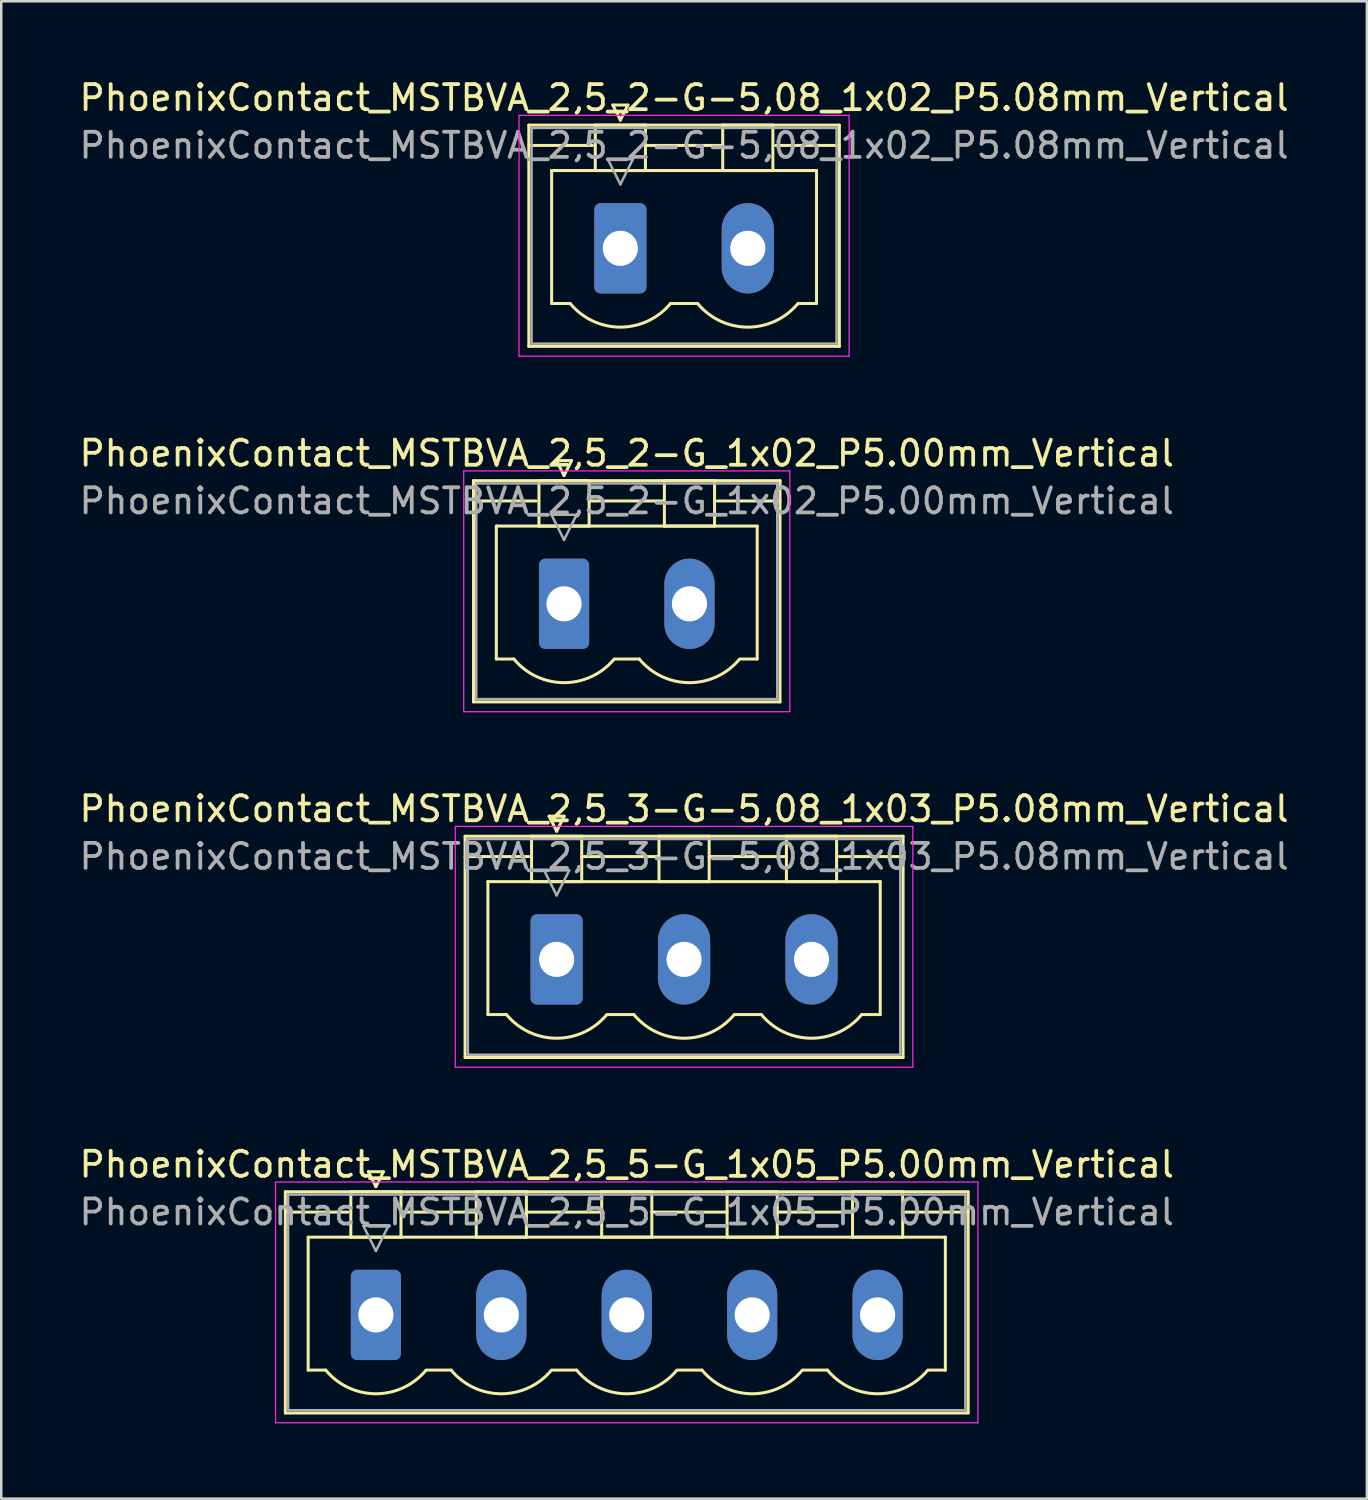
<source format=kicad_pcb>
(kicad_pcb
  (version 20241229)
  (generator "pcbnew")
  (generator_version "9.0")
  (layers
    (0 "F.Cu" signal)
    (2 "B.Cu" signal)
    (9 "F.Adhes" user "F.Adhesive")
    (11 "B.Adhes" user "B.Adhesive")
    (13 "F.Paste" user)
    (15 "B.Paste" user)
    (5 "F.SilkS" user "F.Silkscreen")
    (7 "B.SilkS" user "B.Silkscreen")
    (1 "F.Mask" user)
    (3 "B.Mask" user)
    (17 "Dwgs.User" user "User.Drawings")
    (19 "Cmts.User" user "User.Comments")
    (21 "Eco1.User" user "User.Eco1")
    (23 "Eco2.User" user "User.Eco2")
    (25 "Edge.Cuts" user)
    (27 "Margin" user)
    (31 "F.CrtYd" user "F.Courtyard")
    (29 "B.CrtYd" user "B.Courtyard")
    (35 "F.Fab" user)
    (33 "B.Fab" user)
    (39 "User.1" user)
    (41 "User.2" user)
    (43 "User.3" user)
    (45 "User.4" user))
  (footprint "PhoenixContact_MSTBVA_2,5_3-G-5,08_1x03_P5.08mm_Vertical"
    (layer "F.Cu")
    (at 19.14 35.195)
    (property "Reference" "PhoenixContact_MSTBVA_2,5_3-G-5,08_1x03_P5.08mm_Vertical" (at 5.08 -6 0) (layer "F.SilkS") (effects (font (size 1 1) (thickness 0.15))))
    (attr through_hole)
    (fp_line (start -3.65 -4.91) (end -3.65 3.91) (stroke (width 0.12) (type solid)) (layer "F.SilkS"))
    (fp_line (start -3.65 -4.1) (end -1.11 -4.1) (stroke (width 0.12) (type solid)) (layer "F.SilkS"))
    (fp_line (start -3.65 3.91) (end 13.81 3.91) (stroke (width 0.12) (type solid)) (layer "F.SilkS"))
    (fp_line (start -2.74 -3.1) (end 12.9 -3.1) (stroke (width 0.12) (type solid)) (layer "F.SilkS"))
    (fp_line (start -2.74 2.2) (end -2.74 -3.1) (stroke (width 0.12) (type solid)) (layer "F.SilkS"))
    (fp_line (start -2 2.2) (end -2.74 2.2) (stroke (width 0.12) (type solid)) (layer "F.SilkS"))
    (fp_line (start -1 -4.91) (end 1 -4.91) (stroke (width 0.12) (type solid)) (layer "F.SilkS"))
    (fp_line (start -1 -3.1) (end -1 -4.91) (stroke (width 0.12) (type solid)) (layer "F.SilkS"))
    (fp_line (start -0.3 -5.71) (end 0.3 -5.71) (stroke (width 0.12) (type solid)) (layer "F.SilkS"))
    (fp_line (start 0 -5.11) (end -0.3 -5.71) (stroke (width 0.12) (type solid)) (layer "F.SilkS"))
    (fp_line (start 0.3 -5.71) (end 0 -5.11) (stroke (width 0.12) (type solid)) (layer "F.SilkS"))
    (fp_line (start 1 -4.91) (end 1 -3.1) (stroke (width 0.12) (type solid)) (layer "F.SilkS"))
    (fp_line (start 1 -4.1) (end 4.08 -4.1) (stroke (width 0.12) (type solid)) (layer "F.SilkS"))
    (fp_line (start 1 -3.1) (end -1 -3.1) (stroke (width 0.12) (type solid)) (layer "F.SilkS"))
    (fp_line (start 2 2.2) (end 3.08 2.2) (stroke (width 0.12) (type solid)) (layer "F.SilkS"))
    (fp_line (start 4.08 -4.91) (end 6.08 -4.91) (stroke (width 0.12) (type solid)) (layer "F.SilkS"))
    (fp_line (start 4.08 -3.1) (end 4.08 -4.91) (stroke (width 0.12) (type solid)) (layer "F.SilkS"))
    (fp_line (start 6.08 -4.91) (end 6.08 -3.1) (stroke (width 0.12) (type solid)) (layer "F.SilkS"))
    (fp_line (start 6.08 -4.1) (end 9.16 -4.1) (stroke (width 0.12) (type solid)) (layer "F.SilkS"))
    (fp_line (start 6.08 -3.1) (end 4.08 -3.1) (stroke (width 0.12) (type solid)) (layer "F.SilkS"))
    (fp_line (start 7.08 2.2) (end 8.16 2.2) (stroke (width 0.12) (type solid)) (layer "F.SilkS"))
    (fp_line (start 9.16 -4.91) (end 11.16 -4.91) (stroke (width 0.12) (type solid)) (layer "F.SilkS"))
    (fp_line (start 9.16 -3.1) (end 9.16 -4.91) (stroke (width 0.12) (type solid)) (layer "F.SilkS"))
    (fp_line (start 11.16 -4.91) (end 11.16 -3.1) (stroke (width 0.12) (type solid)) (layer "F.SilkS"))
    (fp_line (start 11.16 -3.1) (end 9.16 -3.1) (stroke (width 0.12) (type solid)) (layer "F.SilkS"))
    (fp_line (start 12.9 -3.1) (end 12.9 2.2) (stroke (width 0.12) (type solid)) (layer "F.SilkS"))
    (fp_line (start 12.9 2.2) (end 12.16 2.2) (stroke (width 0.12) (type solid)) (layer "F.SilkS"))
    (fp_line (start 13.81 -4.91) (end -3.65 -4.91) (stroke (width 0.12) (type solid)) (layer "F.SilkS"))
    (fp_line (start 13.81 -4.1) (end 11.27 -4.1) (stroke (width 0.12) (type solid)) (layer "F.SilkS"))
    (fp_line (start 13.81 3.91) (end 13.81 -4.91) (stroke (width 0.12) (type solid)) (layer "F.SilkS"))
    (fp_arc (start 1.986842 2.215821) (mid -0.010289 3.142758) (end -2 2.2) (stroke (width 0.12) (type solid)) (layer "F.SilkS"))
    (fp_arc (start 7.066842 2.215821) (mid 5.069711 3.142758) (end 3.08 2.2) (stroke (width 0.12) (type solid)) (layer "F.SilkS"))
    (fp_arc (start 12.146842 2.215821) (mid 10.149711 3.142758) (end 8.16 2.2) (stroke (width 0.12) (type solid)) (layer "F.SilkS"))
    (fp_line (start -4.04 -5.3) (end -4.04 4.3) (stroke (width 0.05) (type solid)) (layer "F.CrtYd"))
    (fp_line (start -4.04 4.3) (end 14.2 4.3) (stroke (width 0.05) (type solid)) (layer "F.CrtYd"))
    (fp_line (start 14.2 -5.3) (end -4.04 -5.3) (stroke (width 0.05) (type solid)) (layer "F.CrtYd"))
    (fp_line (start 14.2 4.3) (end 14.2 -5.3) (stroke (width 0.05) (type solid)) (layer "F.CrtYd"))
    (fp_line (start -3.54 -4.8) (end -3.54 3.8) (stroke (width 0.1) (type solid)) (layer "F.Fab"))
    (fp_line (start -3.54 3.8) (end 13.7 3.8) (stroke (width 0.1) (type solid)) (layer "F.Fab"))
    (fp_line (start -0.5 -3.55) (end 0.5 -3.55) (stroke (width 0.1) (type solid)) (layer "F.Fab"))
    (fp_line (start 0 -2.55) (end -0.5 -3.55) (stroke (width 0.1) (type solid)) (layer "F.Fab"))
    (fp_line (start 0.5 -3.55) (end 0 -2.55) (stroke (width 0.1) (type solid)) (layer "F.Fab"))
    (fp_line (start 13.7 -4.8) (end -3.54 -4.8) (stroke (width 0.1) (type solid)) (layer "F.Fab"))
    (fp_line (start 13.7 3.8) (end 13.7 -4.8) (stroke (width 0.1) (type solid)) (layer "F.Fab"))
    (fp_text user "${REFERENCE}" (at 5.08 -4.1 0) (layer "F.Fab") (effects (font (size 1 1) (thickness 0.15))))
    (pad "1" thru_hole roundrect (at 0 0) (size 2.08 3.6) (drill 1.4) (layers "*.Cu" "*.Mask") (roundrect_rratio 0.12))
    (pad "2" thru_hole oval (at 5.08 0) (size 2.08 3.6) (drill 1.4) (layers "*.Cu" "*.Mask"))
    (pad "3" thru_hole oval (at 10.16 0) (size 2.08 3.6) (drill 1.4) (layers "*.Cu" "*.Mask")))
  (footprint "PhoenixContact_MSTBVA_2,5_5-G_1x05_P5.00mm_Vertical"
    (layer "F.Cu")
    (at 11.935 49.368)
    (property "Reference" "PhoenixContact_MSTBVA_2,5_5-G_1x05_P5.00mm_Vertical" (at 10 -6 0) (layer "F.SilkS") (effects (font (size 1 1) (thickness 0.15))))
    (attr through_hole)
    (fp_line (start -3.61 -4.91) (end -3.61 3.91) (stroke (width 0.12) (type solid)) (layer "F.SilkS"))
    (fp_line (start -3.61 -4.1) (end -1.11 -4.1) (stroke (width 0.12) (type solid)) (layer "F.SilkS"))
    (fp_line (start -3.61 3.91) (end 23.61 3.91) (stroke (width 0.12) (type solid)) (layer "F.SilkS"))
    (fp_line (start -2.7 -3.1) (end 22.7 -3.1) (stroke (width 0.12) (type solid)) (layer "F.SilkS"))
    (fp_line (start -2.7 2.2) (end -2.7 -3.1) (stroke (width 0.12) (type solid)) (layer "F.SilkS"))
    (fp_line (start -2 2.2) (end -2.7 2.2) (stroke (width 0.12) (type solid)) (layer "F.SilkS"))
    (fp_line (start -1 -4.91) (end 1 -4.91) (stroke (width 0.12) (type solid)) (layer "F.SilkS"))
    (fp_line (start -1 -3.1) (end -1 -4.91) (stroke (width 0.12) (type solid)) (layer "F.SilkS"))
    (fp_line (start -0.3 -5.71) (end 0.3 -5.71) (stroke (width 0.12) (type solid)) (layer "F.SilkS"))
    (fp_line (start 0 -5.11) (end -0.3 -5.71) (stroke (width 0.12) (type solid)) (layer "F.SilkS"))
    (fp_line (start 0.3 -5.71) (end 0 -5.11) (stroke (width 0.12) (type solid)) (layer "F.SilkS"))
    (fp_line (start 1 -4.91) (end 1 -3.1) (stroke (width 0.12) (type solid)) (layer "F.SilkS"))
    (fp_line (start 1 -4.1) (end 4 -4.1) (stroke (width 0.12) (type solid)) (layer "F.SilkS"))
    (fp_line (start 1 -3.1) (end -1 -3.1) (stroke (width 0.12) (type solid)) (layer "F.SilkS"))
    (fp_line (start 2 2.2) (end 3 2.2) (stroke (width 0.12) (type solid)) (layer "F.SilkS"))
    (fp_line (start 4 -4.91) (end 6 -4.91) (stroke (width 0.12) (type solid)) (layer "F.SilkS"))
    (fp_line (start 4 -3.1) (end 4 -4.91) (stroke (width 0.12) (type solid)) (layer "F.SilkS"))
    (fp_line (start 6 -4.91) (end 6 -3.1) (stroke (width 0.12) (type solid)) (layer "F.SilkS"))
    (fp_line (start 6 -4.1) (end 9 -4.1) (stroke (width 0.12) (type solid)) (layer "F.SilkS"))
    (fp_line (start 6 -3.1) (end 4 -3.1) (stroke (width 0.12) (type solid)) (layer "F.SilkS"))
    (fp_line (start 7 2.2) (end 8 2.2) (stroke (width 0.12) (type solid)) (layer "F.SilkS"))
    (fp_line (start 9 -4.91) (end 11 -4.91) (stroke (width 0.12) (type solid)) (layer "F.SilkS"))
    (fp_line (start 9 -3.1) (end 9 -4.91) (stroke (width 0.12) (type solid)) (layer "F.SilkS"))
    (fp_line (start 11 -4.91) (end 11 -3.1) (stroke (width 0.12) (type solid)) (layer "F.SilkS"))
    (fp_line (start 11 -4.1) (end 14 -4.1) (stroke (width 0.12) (type solid)) (layer "F.SilkS"))
    (fp_line (start 11 -3.1) (end 9 -3.1) (stroke (width 0.12) (type solid)) (layer "F.SilkS"))
    (fp_line (start 12 2.2) (end 13 2.2) (stroke (width 0.12) (type solid)) (layer "F.SilkS"))
    (fp_line (start 14 -4.91) (end 16 -4.91) (stroke (width 0.12) (type solid)) (layer "F.SilkS"))
    (fp_line (start 14 -3.1) (end 14 -4.91) (stroke (width 0.12) (type solid)) (layer "F.SilkS"))
    (fp_line (start 16 -4.91) (end 16 -3.1) (stroke (width 0.12) (type solid)) (layer "F.SilkS"))
    (fp_line (start 16 -4.1) (end 19 -4.1) (stroke (width 0.12) (type solid)) (layer "F.SilkS"))
    (fp_line (start 16 -3.1) (end 14 -3.1) (stroke (width 0.12) (type solid)) (layer "F.SilkS"))
    (fp_line (start 17 2.2) (end 18 2.2) (stroke (width 0.12) (type solid)) (layer "F.SilkS"))
    (fp_line (start 19 -4.91) (end 21 -4.91) (stroke (width 0.12) (type solid)) (layer "F.SilkS"))
    (fp_line (start 19 -3.1) (end 19 -4.91) (stroke (width 0.12) (type solid)) (layer "F.SilkS"))
    (fp_line (start 21 -4.91) (end 21 -3.1) (stroke (width 0.12) (type solid)) (layer "F.SilkS"))
    (fp_line (start 21 -3.1) (end 19 -3.1) (stroke (width 0.12) (type solid)) (layer "F.SilkS"))
    (fp_line (start 22.7 -3.1) (end 22.7 2.2) (stroke (width 0.12) (type solid)) (layer "F.SilkS"))
    (fp_line (start 22.7 2.2) (end 22 2.2) (stroke (width 0.12) (type solid)) (layer "F.SilkS"))
    (fp_line (start 23.61 -4.91) (end -3.61 -4.91) (stroke (width 0.12) (type solid)) (layer "F.SilkS"))
    (fp_line (start 23.61 -4.1) (end 21.11 -4.1) (stroke (width 0.12) (type solid)) (layer "F.SilkS"))
    (fp_line (start 23.61 3.91) (end 23.61 -4.91) (stroke (width 0.12) (type solid)) (layer "F.SilkS"))
    (fp_arc (start 1.986842 2.215821) (mid -0.010289 3.142758) (end -2 2.2) (stroke (width 0.12) (type solid)) (layer "F.SilkS"))
    (fp_arc (start 6.986842 2.215821) (mid 4.989711 3.142758) (end 3 2.2) (stroke (width 0.12) (type solid)) (layer "F.SilkS"))
    (fp_arc (start 11.986842 2.215821) (mid 9.989711 3.142758) (end 8 2.2) (stroke (width 0.12) (type solid)) (layer "F.SilkS"))
    (fp_arc (start 16.986842 2.215821) (mid 14.989711 3.142758) (end 13 2.2) (stroke (width 0.12) (type solid)) (layer "F.SilkS"))
    (fp_arc (start 21.986842 2.215821) (mid 19.989711 3.142758) (end 18 2.2) (stroke (width 0.12) (type solid)) (layer "F.SilkS"))
    (fp_line (start -4 -5.3) (end -4 4.3) (stroke (width 0.05) (type solid)) (layer "F.CrtYd"))
    (fp_line (start -4 4.3) (end 24 4.3) (stroke (width 0.05) (type solid)) (layer "F.CrtYd"))
    (fp_line (start 24 -5.3) (end -4 -5.3) (stroke (width 0.05) (type solid)) (layer "F.CrtYd"))
    (fp_line (start 24 4.3) (end 24 -5.3) (stroke (width 0.05) (type solid)) (layer "F.CrtYd"))
    (fp_line (start -3.5 -4.8) (end -3.5 3.8) (stroke (width 0.1) (type solid)) (layer "F.Fab"))
    (fp_line (start -3.5 3.8) (end 23.5 3.8) (stroke (width 0.1) (type solid)) (layer "F.Fab"))
    (fp_line (start -0.5 -3.55) (end 0.5 -3.55) (stroke (width 0.1) (type solid)) (layer "F.Fab"))
    (fp_line (start 0 -2.55) (end -0.5 -3.55) (stroke (width 0.1) (type solid)) (layer "F.Fab"))
    (fp_line (start 0.5 -3.55) (end 0 -2.55) (stroke (width 0.1) (type solid)) (layer "F.Fab"))
    (fp_line (start 23.5 -4.8) (end -3.5 -4.8) (stroke (width 0.1) (type solid)) (layer "F.Fab"))
    (fp_line (start 23.5 3.8) (end 23.5 -4.8) (stroke (width 0.1) (type solid)) (layer "F.Fab"))
    (fp_text user "${REFERENCE}" (at 10 -4.1 0) (layer "F.Fab") (effects (font (size 1 1) (thickness 0.15))))
    (pad "1" thru_hole roundrect (at 0 0) (size 2 3.6) (drill 1.4) (layers "*.Cu" "*.Mask") (roundrect_rratio 0.125))
    (pad "2" thru_hole oval (at 5 0) (size 2 3.6) (drill 1.4) (layers "*.Cu" "*.Mask"))
    (pad "3" thru_hole oval (at 10 0) (size 2 3.6) (drill 1.4) (layers "*.Cu" "*.Mask"))
    (pad "4" thru_hole oval (at 15 0) (size 2 3.6) (drill 1.4) (layers "*.Cu" "*.Mask"))
    (pad "5" thru_hole oval (at 20 0) (size 2 3.6) (drill 1.4) (layers "*.Cu" "*.Mask")))
  (footprint "PhoenixContact_MSTBVA_2,5_2-G-5,08_1x02_P5.08mm_Vertical"
    (layer "F.Cu")
    (at 21.68 6.848)
    (property "Reference" "PhoenixContact_MSTBVA_2,5_2-G-5,08_1x02_P5.08mm_Vertical" (at 2.54 -6 0) (layer "F.SilkS") (effects (font (size 1 1) (thickness 0.15))))
    (attr through_hole)
    (fp_line (start -3.65 -4.91) (end -3.65 3.91) (stroke (width 0.12) (type solid)) (layer "F.SilkS"))
    (fp_line (start -3.65 -4.1) (end -1.11 -4.1) (stroke (width 0.12) (type solid)) (layer "F.SilkS"))
    (fp_line (start -3.65 3.91) (end 8.73 3.91) (stroke (width 0.12) (type solid)) (layer "F.SilkS"))
    (fp_line (start -2.74 -3.1) (end 7.82 -3.1) (stroke (width 0.12) (type solid)) (layer "F.SilkS"))
    (fp_line (start -2.74 2.2) (end -2.74 -3.1) (stroke (width 0.12) (type solid)) (layer "F.SilkS"))
    (fp_line (start -2 2.2) (end -2.74 2.2) (stroke (width 0.12) (type solid)) (layer "F.SilkS"))
    (fp_line (start -1 -4.91) (end 1 -4.91) (stroke (width 0.12) (type solid)) (layer "F.SilkS"))
    (fp_line (start -1 -3.1) (end -1 -4.91) (stroke (width 0.12) (type solid)) (layer "F.SilkS"))
    (fp_line (start -0.3 -5.71) (end 0.3 -5.71) (stroke (width 0.12) (type solid)) (layer "F.SilkS"))
    (fp_line (start 0 -5.11) (end -0.3 -5.71) (stroke (width 0.12) (type solid)) (layer "F.SilkS"))
    (fp_line (start 0.3 -5.71) (end 0 -5.11) (stroke (width 0.12) (type solid)) (layer "F.SilkS"))
    (fp_line (start 1 -4.91) (end 1 -3.1) (stroke (width 0.12) (type solid)) (layer "F.SilkS"))
    (fp_line (start 1 -4.1) (end 4.08 -4.1) (stroke (width 0.12) (type solid)) (layer "F.SilkS"))
    (fp_line (start 1 -3.1) (end -1 -3.1) (stroke (width 0.12) (type solid)) (layer "F.SilkS"))
    (fp_line (start 2 2.2) (end 3.08 2.2) (stroke (width 0.12) (type solid)) (layer "F.SilkS"))
    (fp_line (start 4.08 -4.91) (end 6.08 -4.91) (stroke (width 0.12) (type solid)) (layer "F.SilkS"))
    (fp_line (start 4.08 -3.1) (end 4.08 -4.91) (stroke (width 0.12) (type solid)) (layer "F.SilkS"))
    (fp_line (start 6.08 -4.91) (end 6.08 -3.1) (stroke (width 0.12) (type solid)) (layer "F.SilkS"))
    (fp_line (start 6.08 -3.1) (end 4.08 -3.1) (stroke (width 0.12) (type solid)) (layer "F.SilkS"))
    (fp_line (start 7.82 -3.1) (end 7.82 2.2) (stroke (width 0.12) (type solid)) (layer "F.SilkS"))
    (fp_line (start 7.82 2.2) (end 7.08 2.2) (stroke (width 0.12) (type solid)) (layer "F.SilkS"))
    (fp_line (start 8.73 -4.91) (end -3.65 -4.91) (stroke (width 0.12) (type solid)) (layer "F.SilkS"))
    (fp_line (start 8.73 -4.1) (end 6.19 -4.1) (stroke (width 0.12) (type solid)) (layer "F.SilkS"))
    (fp_line (start 8.73 3.91) (end 8.73 -4.91) (stroke (width 0.12) (type solid)) (layer "F.SilkS"))
    (fp_arc (start 1.986842 2.215821) (mid -0.010289 3.142758) (end -2 2.2) (stroke (width 0.12) (type solid)) (layer "F.SilkS"))
    (fp_arc (start 7.066842 2.215821) (mid 5.069711 3.142758) (end 3.08 2.2) (stroke (width 0.12) (type solid)) (layer "F.SilkS"))
    (fp_line (start -4.04 -5.3) (end -4.04 4.3) (stroke (width 0.05) (type solid)) (layer "F.CrtYd"))
    (fp_line (start -4.04 4.3) (end 9.12 4.3) (stroke (width 0.05) (type solid)) (layer "F.CrtYd"))
    (fp_line (start 9.12 -5.3) (end -4.04 -5.3) (stroke (width 0.05) (type solid)) (layer "F.CrtYd"))
    (fp_line (start 9.12 4.3) (end 9.12 -5.3) (stroke (width 0.05) (type solid)) (layer "F.CrtYd"))
    (fp_line (start -3.54 -4.8) (end -3.54 3.8) (stroke (width 0.1) (type solid)) (layer "F.Fab"))
    (fp_line (start -3.54 3.8) (end 8.62 3.8) (stroke (width 0.1) (type solid)) (layer "F.Fab"))
    (fp_line (start -0.5 -3.55) (end 0.5 -3.55) (stroke (width 0.1) (type solid)) (layer "F.Fab"))
    (fp_line (start 0 -2.55) (end -0.5 -3.55) (stroke (width 0.1) (type solid)) (layer "F.Fab"))
    (fp_line (start 0.5 -3.55) (end 0 -2.55) (stroke (width 0.1) (type solid)) (layer "F.Fab"))
    (fp_line (start 8.62 -4.8) (end -3.54 -4.8) (stroke (width 0.1) (type solid)) (layer "F.Fab"))
    (fp_line (start 8.62 3.8) (end 8.62 -4.8) (stroke (width 0.1) (type solid)) (layer "F.Fab"))
    (fp_text user "${REFERENCE}" (at 2.54 -4.1 0) (layer "F.Fab") (effects (font (size 1 1) (thickness 0.15))))
    (pad "1" thru_hole roundrect (at 0 0) (size 2.08 3.6) (drill 1.4) (layers "*.Cu" "*.Mask") (roundrect_rratio 0.12))
    (pad "2" thru_hole oval (at 5.08 0) (size 2.08 3.6) (drill 1.4) (layers "*.Cu" "*.Mask")))
  (footprint "PhoenixContact_MSTBVA_2,5_2-G_1x02_P5.00mm_Vertical"
    (layer "F.Cu")
    (at 19.435 21.021)
    (property "Reference" "PhoenixContact_MSTBVA_2,5_2-G_1x02_P5.00mm_Vertical" (at 2.5 -6 0) (layer "F.SilkS") (effects (font (size 1 1) (thickness 0.15))))
    (attr through_hole)
    (fp_line (start -3.61 -4.91) (end -3.61 3.91) (stroke (width 0.12) (type solid)) (layer "F.SilkS"))
    (fp_line (start -3.61 -4.1) (end -1.11 -4.1) (stroke (width 0.12) (type solid)) (layer "F.SilkS"))
    (fp_line (start -3.61 3.91) (end 8.61 3.91) (stroke (width 0.12) (type solid)) (layer "F.SilkS"))
    (fp_line (start -2.7 -3.1) (end 7.7 -3.1) (stroke (width 0.12) (type solid)) (layer "F.SilkS"))
    (fp_line (start -2.7 2.2) (end -2.7 -3.1) (stroke (width 0.12) (type solid)) (layer "F.SilkS"))
    (fp_line (start -2 2.2) (end -2.7 2.2) (stroke (width 0.12) (type solid)) (layer "F.SilkS"))
    (fp_line (start -1 -4.91) (end 1 -4.91) (stroke (width 0.12) (type solid)) (layer "F.SilkS"))
    (fp_line (start -1 -3.1) (end -1 -4.91) (stroke (width 0.12) (type solid)) (layer "F.SilkS"))
    (fp_line (start -0.3 -5.71) (end 0.3 -5.71) (stroke (width 0.12) (type solid)) (layer "F.SilkS"))
    (fp_line (start 0 -5.11) (end -0.3 -5.71) (stroke (width 0.12) (type solid)) (layer "F.SilkS"))
    (fp_line (start 0.3 -5.71) (end 0 -5.11) (stroke (width 0.12) (type solid)) (layer "F.SilkS"))
    (fp_line (start 1 -4.91) (end 1 -3.1) (stroke (width 0.12) (type solid)) (layer "F.SilkS"))
    (fp_line (start 1 -4.1) (end 4 -4.1) (stroke (width 0.12) (type solid)) (layer "F.SilkS"))
    (fp_line (start 1 -3.1) (end -1 -3.1) (stroke (width 0.12) (type solid)) (layer "F.SilkS"))
    (fp_line (start 2 2.2) (end 3 2.2) (stroke (width 0.12) (type solid)) (layer "F.SilkS"))
    (fp_line (start 4 -4.91) (end 6 -4.91) (stroke (width 0.12) (type solid)) (layer "F.SilkS"))
    (fp_line (start 4 -3.1) (end 4 -4.91) (stroke (width 0.12) (type solid)) (layer "F.SilkS"))
    (fp_line (start 6 -4.91) (end 6 -3.1) (stroke (width 0.12) (type solid)) (layer "F.SilkS"))
    (fp_line (start 6 -3.1) (end 4 -3.1) (stroke (width 0.12) (type solid)) (layer "F.SilkS"))
    (fp_line (start 7.7 -3.1) (end 7.7 2.2) (stroke (width 0.12) (type solid)) (layer "F.SilkS"))
    (fp_line (start 7.7 2.2) (end 7 2.2) (stroke (width 0.12) (type solid)) (layer "F.SilkS"))
    (fp_line (start 8.61 -4.91) (end -3.61 -4.91) (stroke (width 0.12) (type solid)) (layer "F.SilkS"))
    (fp_line (start 8.61 -4.1) (end 6.11 -4.1) (stroke (width 0.12) (type solid)) (layer "F.SilkS"))
    (fp_line (start 8.61 3.91) (end 8.61 -4.91) (stroke (width 0.12) (type solid)) (layer "F.SilkS"))
    (fp_arc (start 1.986842 2.215821) (mid -0.010289 3.142758) (end -2 2.2) (stroke (width 0.12) (type solid)) (layer "F.SilkS"))
    (fp_arc (start 6.986842 2.215821) (mid 4.989711 3.142758) (end 3 2.2) (stroke (width 0.12) (type solid)) (layer "F.SilkS"))
    (fp_line (start -4 -5.3) (end -4 4.3) (stroke (width 0.05) (type solid)) (layer "F.CrtYd"))
    (fp_line (start -4 4.3) (end 9 4.3) (stroke (width 0.05) (type solid)) (layer "F.CrtYd"))
    (fp_line (start 9 -5.3) (end -4 -5.3) (stroke (width 0.05) (type solid)) (layer "F.CrtYd"))
    (fp_line (start 9 4.3) (end 9 -5.3) (stroke (width 0.05) (type solid)) (layer "F.CrtYd"))
    (fp_line (start -3.5 -4.8) (end -3.5 3.8) (stroke (width 0.1) (type solid)) (layer "F.Fab"))
    (fp_line (start -3.5 3.8) (end 8.5 3.8) (stroke (width 0.1) (type solid)) (layer "F.Fab"))
    (fp_line (start -0.5 -3.55) (end 0.5 -3.55) (stroke (width 0.1) (type solid)) (layer "F.Fab"))
    (fp_line (start 0 -2.55) (end -0.5 -3.55) (stroke (width 0.1) (type solid)) (layer "F.Fab"))
    (fp_line (start 0.5 -3.55) (end 0 -2.55) (stroke (width 0.1) (type solid)) (layer "F.Fab"))
    (fp_line (start 8.5 -4.8) (end -3.5 -4.8) (stroke (width 0.1) (type solid)) (layer "F.Fab"))
    (fp_line (start 8.5 3.8) (end 8.5 -4.8) (stroke (width 0.1) (type solid)) (layer "F.Fab"))
    (fp_text user "${REFERENCE}" (at 2.5 -4.1 0) (layer "F.Fab") (effects (font (size 1 1) (thickness 0.15))))
    (pad "1" thru_hole roundrect (at 0 0) (size 2 3.6) (drill 1.4) (layers "*.Cu" "*.Mask") (roundrect_rratio 0.125))
    (pad "2" thru_hole oval (at 5 0) (size 2 3.6) (drill 1.4) (layers "*.Cu" "*.Mask")))
  (gr_rect
    (start -3 -3)
    (end 51.44 56.693)
    (stroke (width 0.1) (type default))
    (fill no)
    (layer "Edge.Cuts")))
</source>
